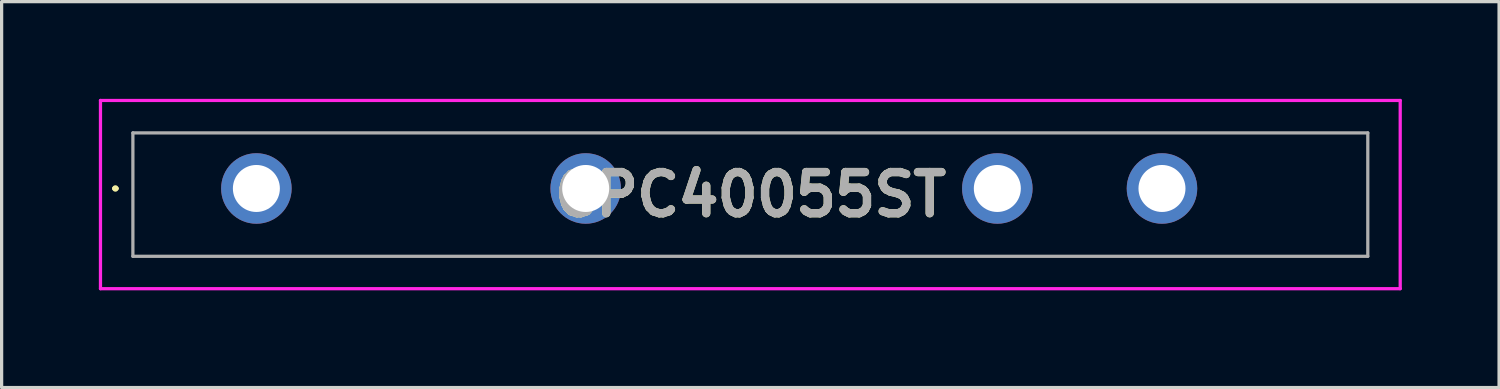
<source format=kicad_pcb>
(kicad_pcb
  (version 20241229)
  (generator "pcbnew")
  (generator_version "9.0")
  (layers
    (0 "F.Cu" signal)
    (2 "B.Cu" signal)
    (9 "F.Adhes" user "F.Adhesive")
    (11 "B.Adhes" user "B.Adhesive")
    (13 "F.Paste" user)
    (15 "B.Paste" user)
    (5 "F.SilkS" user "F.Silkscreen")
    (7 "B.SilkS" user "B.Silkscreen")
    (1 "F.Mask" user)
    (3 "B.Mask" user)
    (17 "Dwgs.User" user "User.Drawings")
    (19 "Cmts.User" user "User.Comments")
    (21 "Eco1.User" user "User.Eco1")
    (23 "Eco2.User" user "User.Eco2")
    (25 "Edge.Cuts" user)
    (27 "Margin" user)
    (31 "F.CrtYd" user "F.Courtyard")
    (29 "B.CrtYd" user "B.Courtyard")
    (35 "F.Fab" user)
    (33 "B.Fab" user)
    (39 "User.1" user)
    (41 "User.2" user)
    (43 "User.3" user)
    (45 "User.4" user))
  (footprint "CPC40055ST"
    (layer "F.Cu")
    (at 4.86 2.765)
    (property "Reference" "CPC40055ST" (at 15.24 0.189 0) (layer "F.SilkS") (effects (font (size 1.27 1.27) (thickness 0.254))))
    (attr through_hole)
    (fp_line (start -4.4 0) (end -4.4 0) (stroke (width 0.1) (type solid)) (layer "F.SilkS"))
    (fp_line (start -4.3 0) (end -4.3 0) (stroke (width 0.1) (type solid)) (layer "F.SilkS"))
    (fp_arc (start -4.4 0) (mid -4.35 -0.05) (end -4.3 0) (stroke (width 0.1) (type solid)) (layer "F.SilkS"))
    (fp_arc (start -4.3 0) (mid -4.35 0.05) (end -4.4 0) (stroke (width 0.1) (type solid)) (layer "F.SilkS"))
    (fp_line (start -4.81 -2.715) (end 35.29 -2.715) (stroke (width 0.1) (type solid)) (layer "F.CrtYd"))
    (fp_line (start -4.81 3.092) (end -4.81 -2.715) (stroke (width 0.1) (type solid)) (layer "F.CrtYd"))
    (fp_line (start 35.29 -2.715) (end 35.29 3.092) (stroke (width 0.1) (type solid)) (layer "F.CrtYd"))
    (fp_line (start 35.29 3.092) (end -4.81 3.092) (stroke (width 0.1) (type solid)) (layer "F.CrtYd"))
    (fp_line (start -3.81 -1.715) (end 34.29 -1.715) (stroke (width 0.1) (type solid)) (layer "F.Fab"))
    (fp_line (start -3.81 2.092) (end -3.81 -1.715) (stroke (width 0.1) (type solid)) (layer "F.Fab"))
    (fp_line (start 34.29 -1.715) (end 34.29 2.092) (stroke (width 0.1) (type solid)) (layer "F.Fab"))
    (fp_line (start 34.29 2.092) (end -3.81 2.092) (stroke (width 0.1) (type solid)) (layer "F.Fab"))
    (fp_text user "${REFERENCE}" (at 15.24 0.189 0) (layer "F.Fab") (effects (font (size 1.27 1.27) (thickness 0.254))))
    (pad "1" thru_hole circle (at 0 0) (size 2.175 2.175) (drill 1.45) (layers "*.Cu" "*.Mask"))
    (pad "2" thru_hole circle (at 10.16 0) (size 2.175 2.175) (drill 1.45) (layers "*.Cu" "*.Mask"))
    (pad "3" thru_hole circle (at 22.86 0) (size 2.175 2.175) (drill 1.45) (layers "*.Cu" "*.Mask"))
    (pad "4" thru_hole circle (at 27.94 0) (size 2.175 2.175) (drill 1.45) (layers "*.Cu" "*.Mask")))
  (gr_rect
    (start -3 -3)
    (end 43.2 8.907)
    (stroke (width 0.1) (type default))
    (fill no)
    (layer "Edge.Cuts")))
</source>
